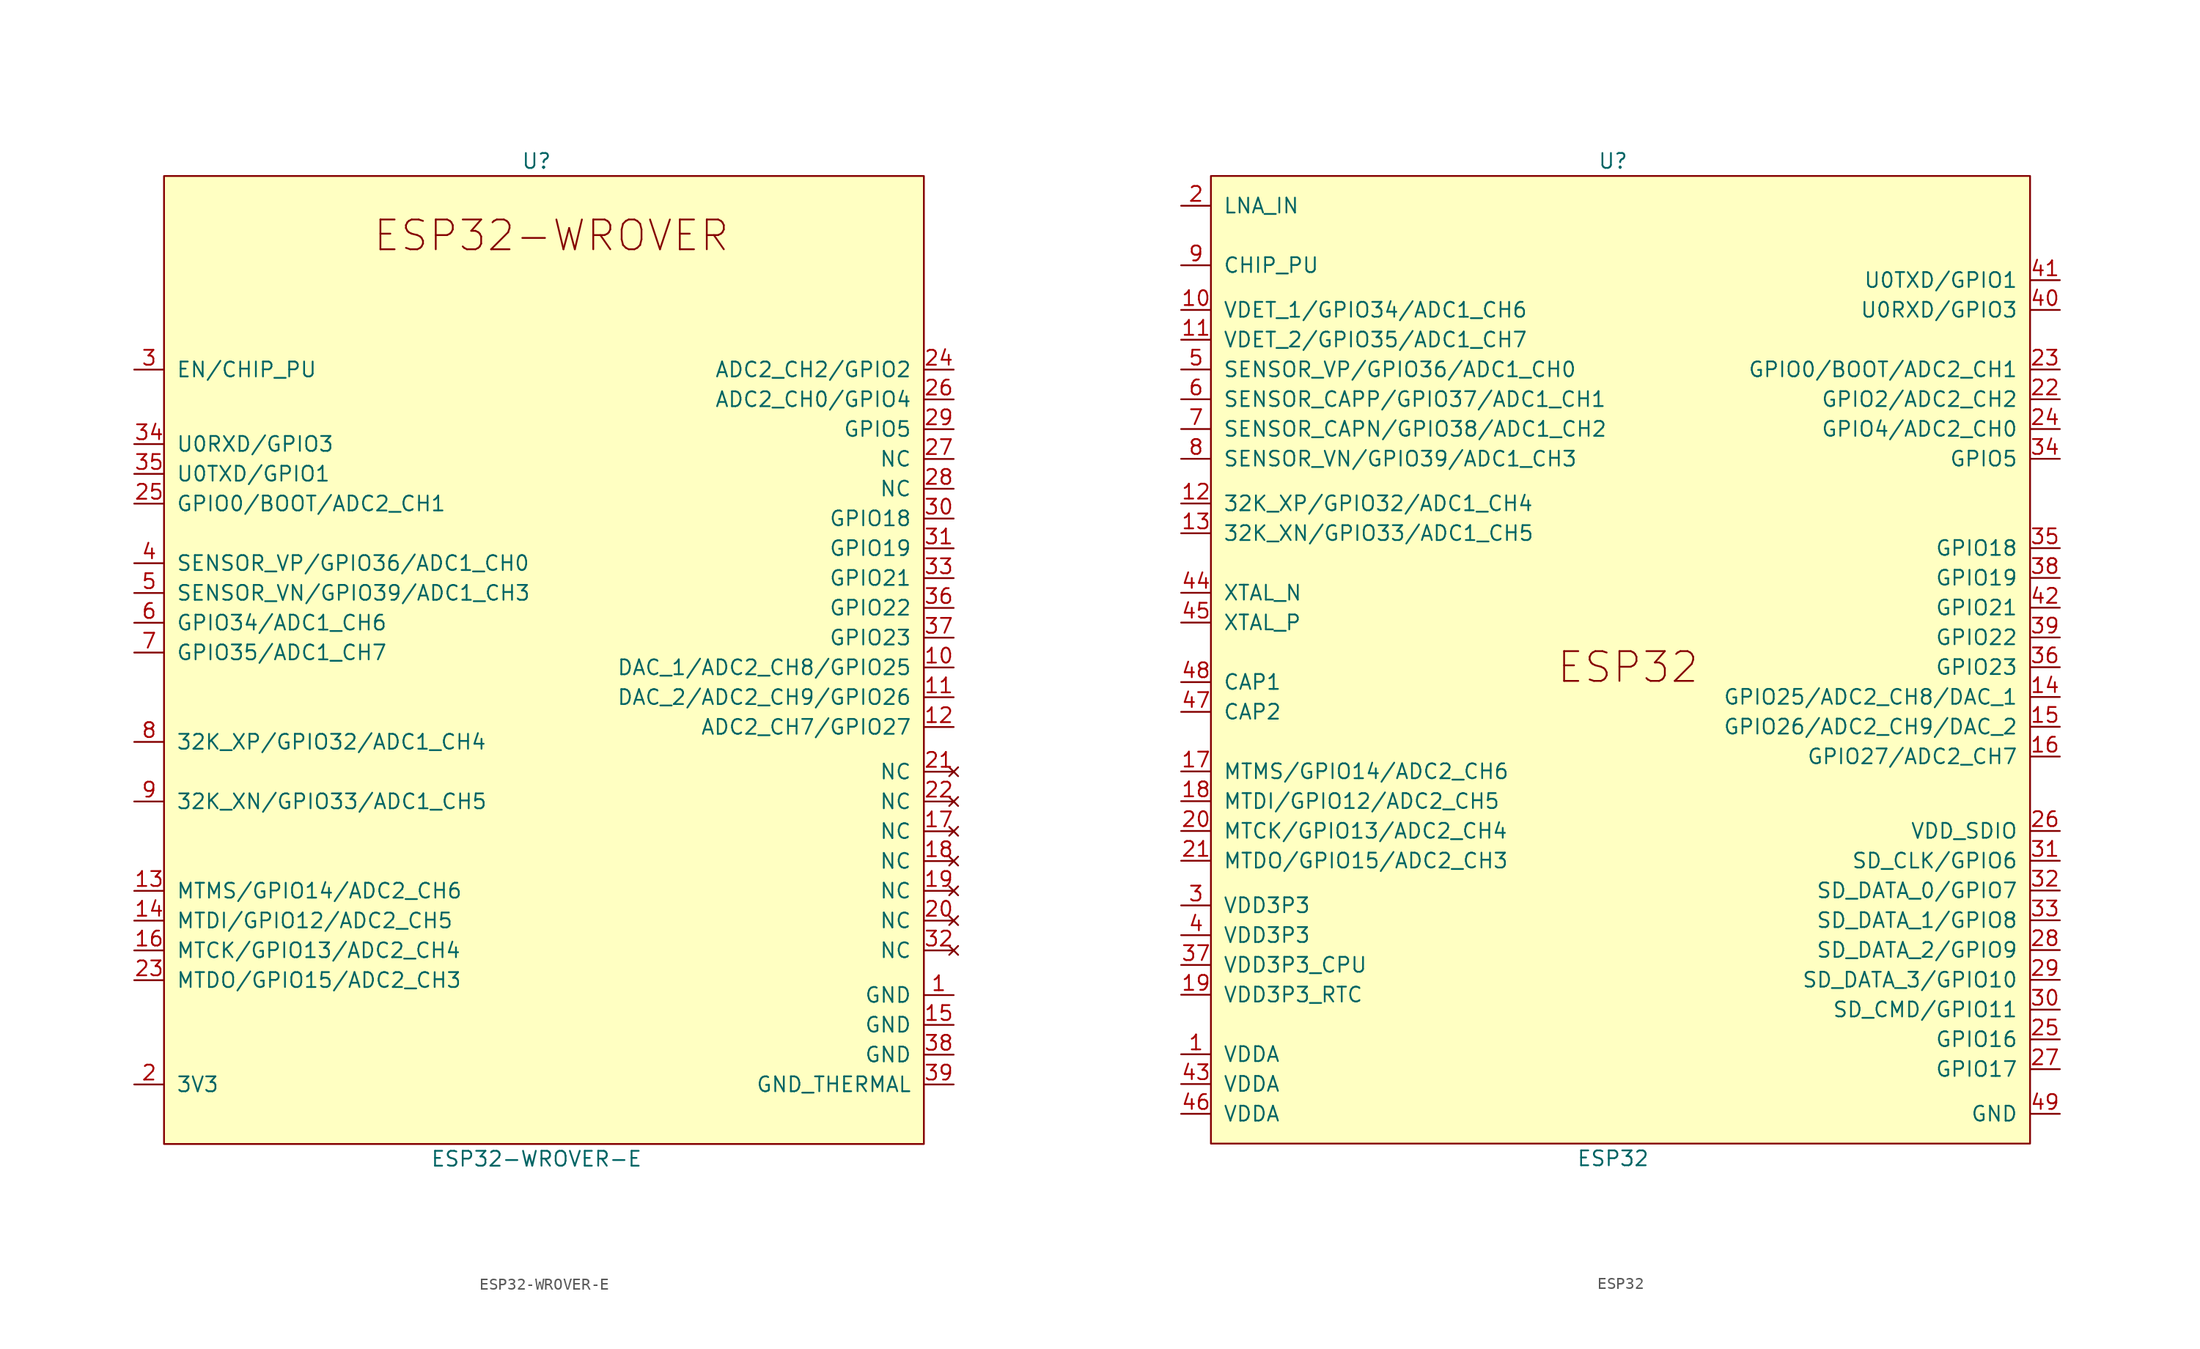
<source format=kicad_sym>
(kicad_symbol_lib
  (version 20220914)
  (generator kicad_symbol_editor)
  (symbol "ESP32-WROVER-E"
    (pin_names
      (offset 1.016))
    (property "Reference" "U"
      (at 0 43.18 0)
      (effects (font (size 1.27 1.27))))
    (property "Value" "ESP32-WROVER-E"
      (at 0 -41.91 0)
      (effects (font (size 1.27 1.27))))
    (symbol "ESP32-WROVER-E_0_1"
      (rectangle (start 33.02 41.91) (end -31.75 -40.64) (stroke (width 0) (type default)) (fill (type background))))
    (symbol "ESP32-WROVER-E_1_1"
      (text "ESP32-­WROVER" (at 1.27 36.83 0) (effects (font (size 2.54 2.54))))
      (pin power_in line (at 35.56 -27.94 180) (length 2.54) (name "GND" (effects (font (size 1.27 1.27)))) (number "1" (effects (font (size 1.27 1.27)))))
      (pin bidirectional line (at 35.56 0 180) (length 2.54) (name "DAC_1/ADC2_CH8/GPIO25" (effects (font (size 1.27 1.27)))) (number "10" (effects (font (size 1.27 1.27)))))
      (pin bidirectional line (at 35.56 -2.54 180) (length 2.54) (name "DAC_2/ADC2_CH9/GPIO26" (effects (font (size 1.27 1.27)))) (number "11" (effects (font (size 1.27 1.27)))))
      (pin bidirectional line (at 35.56 -5.08 180) (length 2.54) (name "ADC2_CH7/GPIO27" (effects (font (size 1.27 1.27)))) (number "12" (effects (font (size 1.27 1.27)))))
      (pin bidirectional line (at -34.29 -19.05 0) (length 2.54) (name "MTMS/GPIO14/ADC2_CH6" (effects (font (size 1.27 1.27)))) (number "13" (effects (font (size 1.27 1.27)))))
      (pin bidirectional line (at -34.29 -21.59 0) (length 2.54) (name "MTDI/GPIO12/ADC2_CH5" (effects (font (size 1.27 1.27)))) (number "14" (effects (font (size 1.27 1.27)))))
      (pin power_in line (at 35.56 -30.48 180) (length 2.54) (name "GND" (effects (font (size 1.27 1.27)))) (number "15" (effects (font (size 1.27 1.27)))))
      (pin bidirectional line (at -34.29 -24.13 0) (length 2.54) (name "MTCK/GPIO13/ADC2_CH4" (effects (font (size 1.27 1.27)))) (number "16" (effects (font (size 1.27 1.27)))))
      (pin no_connect line (at 35.56 -13.97 180) (length 2.54) (name "NC" (effects (font (size 1.27 1.27)))) (number "17" (effects (font (size 1.27 1.27)))))
      (pin no_connect line (at 35.56 -16.51 180) (length 2.54) (name "NC" (effects (font (size 1.27 1.27)))) (number "18" (effects (font (size 1.27 1.27)))))
      (pin no_connect line (at 35.56 -19.05 180) (length 2.54) (name "NC" (effects (font (size 1.27 1.27)))) (number "19" (effects (font (size 1.27 1.27)))))
      (pin power_in line (at -34.29 -35.56 0) (length 2.54) (name "3V3" (effects (font (size 1.27 1.27)))) (number "2" (effects (font (size 1.27 1.27)))))
      (pin no_connect line (at 35.56 -21.59 180) (length 2.54) (name "NC" (effects (font (size 1.27 1.27)))) (number "20" (effects (font (size 1.27 1.27)))))
      (pin no_connect line (at 35.56 -8.89 180) (length 2.54) (name "NC" (effects (font (size 1.27 1.27)))) (number "21" (effects (font (size 1.27 1.27)))))
      (pin no_connect line (at 35.56 -11.43 180) (length 2.54) (name "NC" (effects (font (size 1.27 1.27)))) (number "22" (effects (font (size 1.27 1.27)))))
      (pin bidirectional line (at -34.29 -26.67 0) (length 2.54) (name "MTDO/GPIO15/ADC2_CH3" (effects (font (size 1.27 1.27)))) (number "23" (effects (font (size 1.27 1.27)))))
      (pin bidirectional line (at 35.56 25.4 180) (length 2.54) (name "ADC2_CH2/GPIO2" (effects (font (size 1.27 1.27)))) (number "24" (effects (font (size 1.27 1.27)))))
      (pin bidirectional line (at -34.29 13.97 0) (length 2.54) (name "GPIO0/BOOT/ADC2_CH1" (effects (font (size 1.27 1.27)))) (number "25" (effects (font (size 1.27 1.27)))))
      (pin bidirectional line (at 35.56 22.86 180) (length 2.54) (name "ADC2_CH0/GPIO4" (effects (font (size 1.27 1.27)))) (number "26" (effects (font (size 1.27 1.27)))))
      (pin bidirectional line (at 35.56 17.78 180) (length 2.54) (name "NC" (effects (font (size 1.27 1.27)))) (number "27" (effects (font (size 1.27 1.27)))))
      (pin bidirectional line (at 35.56 15.24 180) (length 2.54) (name "NC" (effects (font (size 1.27 1.27)))) (number "28" (effects (font (size 1.27 1.27)))))
      (pin bidirectional line (at 35.56 20.32 180) (length 2.54) (name "GPIO5" (effects (font (size 1.27 1.27)))) (number "29" (effects (font (size 1.27 1.27)))))
      (pin input line (at -34.29 25.4 0) (length 2.54) (name "EN/CHIP_PU" (effects (font (size 1.27 1.27)))) (number "3" (effects (font (size 1.27 1.27)))))
      (pin bidirectional line (at 35.56 12.7 180) (length 2.54) (name "GPIO18" (effects (font (size 1.27 1.27)))) (number "30" (effects (font (size 1.27 1.27)))))
      (pin bidirectional line (at 35.56 10.16 180) (length 2.54) (name "GPIO19" (effects (font (size 1.27 1.27)))) (number "31" (effects (font (size 1.27 1.27)))))
      (pin no_connect line (at 35.56 -24.13 180) (length 2.54) (name "NC" (effects (font (size 1.27 1.27)))) (number "32" (effects (font (size 1.27 1.27)))))
      (pin bidirectional line (at 35.56 7.62 180) (length 2.54) (name "GPIO21" (effects (font (size 1.27 1.27)))) (number "33" (effects (font (size 1.27 1.27)))))
      (pin bidirectional line (at -34.29 19.05 0) (length 2.54) (name "U0RXD/GPIO3" (effects (font (size 1.27 1.27)))) (number "34" (effects (font (size 1.27 1.27)))))
      (pin bidirectional line (at -34.29 16.51 0) (length 2.54) (name "U0TXD/GPIO1" (effects (font (size 1.27 1.27)))) (number "35" (effects (font (size 1.27 1.27)))))
      (pin bidirectional line (at 35.56 5.08 180) (length 2.54) (name "GPIO22" (effects (font (size 1.27 1.27)))) (number "36" (effects (font (size 1.27 1.27)))))
      (pin bidirectional line (at 35.56 2.54 180) (length 2.54) (name "GPIO23" (effects (font (size 1.27 1.27)))) (number "37" (effects (font (size 1.27 1.27)))))
      (pin power_in line (at 35.56 -33.02 180) (length 2.54) (name "GND" (effects (font (size 1.27 1.27)))) (number "38" (effects (font (size 1.27 1.27)))))
      (pin power_in line (at 35.56 -35.56 180) (length 2.54) (name "GND_THERMAL" (effects (font (size 1.27 1.27)))) (number "39" (effects (font (size 1.27 1.27)))))
      (pin input line (at -34.29 8.89 0) (length 2.54) (name "SENSOR_VP/GPIO36/ADC1_CH0" (effects (font (size 1.27 1.27)))) (number "4" (effects (font (size 1.27 1.27)))))
      (pin input line (at -34.29 6.35 0) (length 2.54) (name "SENSOR_VN/GPIO39/ADC1_CH3" (effects (font (size 1.27 1.27)))) (number "5" (effects (font (size 1.27 1.27)))))
      (pin input line (at -34.29 3.81 0) (length 2.54) (name "GPIO34/ADC1_CH6" (effects (font (size 1.27 1.27)))) (number "6" (effects (font (size 1.27 1.27)))))
      (pin input line (at -34.29 1.27 0) (length 2.54) (name "GPIO35/ADC1_CH7" (effects (font (size 1.27 1.27)))) (number "7" (effects (font (size 1.27 1.27)))))
      (pin bidirectional line (at -34.29 -6.35 0) (length 2.54) (name "32K_XP/GPIO32/ADC1_CH4" (effects (font (size 1.27 1.27)))) (number "8" (effects (font (size 1.27 1.27)))))
      (pin bidirectional line (at -34.29 -11.43 0) (length 2.54) (name "32K_XN/GPIO33/ADC1_CH5" (effects (font (size 1.27 1.27)))) (number "9" (effects (font (size 1.27 1.27)))))))
  (symbol "ESP32"
    (pin_names
      (offset 1.016))
    (property "Reference" "U"
      (at 0 43.18 0)
      (effects (font (size 1.27 1.27))))
    (property "Value" "ESP32"
      (at 0 -41.91 0)
      (effects (font (size 1.27 1.27))))
    (symbol "ESP32_0_0"
      (text "ESP32" (at 1.27 0 0) (effects (font (size 2.54 2.54)))))
    (symbol "ESP32_0_1"
      (rectangle (start -34.29 41.91) (end 35.56 -40.64) (stroke (width 0) (type default)) (fill (type background))))
    (symbol "ESP32_1_1"
      (pin power_in line (at -36.83 -33.02 0) (length 2.54) (name "VDDA" (effects (font (size 1.27 1.27)))) (number "1" (effects (font (size 1.27 1.27)))))
      (pin input line (at -36.83 30.48 0) (length 2.54) (name "VDET_1/GPIO34/ADC1_CH6" (effects (font (size 1.27 1.27)))) (number "10" (effects (font (size 1.27 1.27)))))
      (pin input line (at -36.83 27.94 0) (length 2.54) (name "VDET_2/GPIO35/ADC1_CH7" (effects (font (size 1.27 1.27)))) (number "11" (effects (font (size 1.27 1.27)))))
      (pin bidirectional line (at -36.83 13.97 0) (length 2.54) (name "32K_XP/GPIO32/ADC1_CH4" (effects (font (size 1.27 1.27)))) (number "12" (effects (font (size 1.27 1.27)))))
      (pin bidirectional line (at -36.83 11.43 0) (length 2.54) (name "32K_XN/GPIO33/ADC1_CH5" (effects (font (size 1.27 1.27)))) (number "13" (effects (font (size 1.27 1.27)))))
      (pin bidirectional line (at 38.1 -2.54 180) (length 2.54) (name "GPIO25/ADC2_CH8/DAC_1" (effects (font (size 1.27 1.27)))) (number "14" (effects (font (size 1.27 1.27)))))
      (pin bidirectional line (at 38.1 -5.08 180) (length 2.54) (name "GPIO26/ADC2_CH9/DAC_2" (effects (font (size 1.27 1.27)))) (number "15" (effects (font (size 1.27 1.27)))))
      (pin bidirectional line (at 38.1 -7.62 180) (length 2.54) (name "GPIO27/ADC2_CH7" (effects (font (size 1.27 1.27)))) (number "16" (effects (font (size 1.27 1.27)))))
      (pin bidirectional line (at -36.83 -8.89 0) (length 2.54) (name "MTMS/GPIO14/ADC2_CH6" (effects (font (size 1.27 1.27)))) (number "17" (effects (font (size 1.27 1.27)))))
      (pin bidirectional line (at -36.83 -11.43 0) (length 2.54) (name "MTDI/GPIO12/ADC2_CH5" (effects (font (size 1.27 1.27)))) (number "18" (effects (font (size 1.27 1.27)))))
      (pin power_in line (at -36.83 -27.94 0) (length 2.54) (name "VDD3P3_RTC" (effects (font (size 1.27 1.27)))) (number "19" (effects (font (size 1.27 1.27)))))
      (pin bidirectional line (at -36.83 39.37 0) (length 2.54) (name "LNA_IN" (effects (font (size 1.27 1.27)))) (number "2" (effects (font (size 1.27 1.27)))))
      (pin bidirectional line (at -36.83 -13.97 0) (length 2.54) (name "MTCK/GPIO13/ADC2_CH4" (effects (font (size 1.27 1.27)))) (number "20" (effects (font (size 1.27 1.27)))))
      (pin bidirectional line (at -36.83 -16.51 0) (length 2.54) (name "MTDO/GPIO15/ADC2_CH3" (effects (font (size 1.27 1.27)))) (number "21" (effects (font (size 1.27 1.27)))))
      (pin bidirectional line (at 38.1 22.86 180) (length 2.54) (name "GPIO2/ADC2_CH2" (effects (font (size 1.27 1.27)))) (number "22" (effects (font (size 1.27 1.27)))))
      (pin bidirectional line (at 38.1 25.4 180) (length 2.54) (name "GPIO0/BOOT/ADC2_CH1" (effects (font (size 1.27 1.27)))) (number "23" (effects (font (size 1.27 1.27)))))
      (pin bidirectional line (at 38.1 20.32 180) (length 2.54) (name "GPIO4/ADC2_CH0" (effects (font (size 1.27 1.27)))) (number "24" (effects (font (size 1.27 1.27)))))
      (pin bidirectional line (at 38.1 -31.75 180) (length 2.54) (name "GPIO16" (effects (font (size 1.27 1.27)))) (number "25" (effects (font (size 1.27 1.27)))))
      (pin power_out line (at 38.1 -13.97 180) (length 2.54) (name "VDD_SDIO" (effects (font (size 1.27 1.27)))) (number "26" (effects (font (size 1.27 1.27)))))
      (pin bidirectional line (at 38.1 -34.29 180) (length 2.54) (name "GPIO17" (effects (font (size 1.27 1.27)))) (number "27" (effects (font (size 1.27 1.27)))))
      (pin bidirectional line (at 38.1 -24.13 180) (length 2.54) (name "SD_DATA_2/GPIO9" (effects (font (size 1.27 1.27)))) (number "28" (effects (font (size 1.27 1.27)))))
      (pin bidirectional line (at 38.1 -26.67 180) (length 2.54) (name "SD_DATA_3/GPIO10" (effects (font (size 1.27 1.27)))) (number "29" (effects (font (size 1.27 1.27)))))
      (pin power_in line (at -36.83 -20.32 0) (length 2.54) (name "VDD3P3" (effects (font (size 1.27 1.27)))) (number "3" (effects (font (size 1.27 1.27)))))
      (pin bidirectional line (at 38.1 -29.21 180) (length 2.54) (name "SD_CMD/GPIO11" (effects (font (size 1.27 1.27)))) (number "30" (effects (font (size 1.27 1.27)))))
      (pin bidirectional line (at 38.1 -16.51 180) (length 2.54) (name "SD_CLK/GPIO6" (effects (font (size 1.27 1.27)))) (number "31" (effects (font (size 1.27 1.27)))))
      (pin bidirectional line (at 38.1 -19.05 180) (length 2.54) (name "SD_DATA_0/GPIO7" (effects (font (size 1.27 1.27)))) (number "32" (effects (font (size 1.27 1.27)))))
      (pin bidirectional line (at 38.1 -21.59 180) (length 2.54) (name "SD_DATA_1/GPIO8" (effects (font (size 1.27 1.27)))) (number "33" (effects (font (size 1.27 1.27)))))
      (pin bidirectional line (at 38.1 17.78 180) (length 2.54) (name "GPIO5" (effects (font (size 1.27 1.27)))) (number "34" (effects (font (size 1.27 1.27)))))
      (pin bidirectional line (at 38.1 10.16 180) (length 2.54) (name "GPIO18" (effects (font (size 1.27 1.27)))) (number "35" (effects (font (size 1.27 1.27)))))
      (pin bidirectional line (at 38.1 0 180) (length 2.54) (name "GPIO23" (effects (font (size 1.27 1.27)))) (number "36" (effects (font (size 1.27 1.27)))))
      (pin power_in line (at -36.83 -25.4 0) (length 2.54) (name "VDD3P3_CPU" (effects (font (size 1.27 1.27)))) (number "37" (effects (font (size 1.27 1.27)))))
      (pin bidirectional line (at 38.1 7.62 180) (length 2.54) (name "GPIO19" (effects (font (size 1.27 1.27)))) (number "38" (effects (font (size 1.27 1.27)))))
      (pin bidirectional line (at 38.1 2.54 180) (length 2.54) (name "GPIO22" (effects (font (size 1.27 1.27)))) (number "39" (effects (font (size 1.27 1.27)))))
      (pin power_in line (at -36.83 -22.86 0) (length 2.54) (name "VDD3P3" (effects (font (size 1.27 1.27)))) (number "4" (effects (font (size 1.27 1.27)))))
      (pin bidirectional line (at 38.1 30.48 180) (length 2.54) (name "U0RXD/GPIO3" (effects (font (size 1.27 1.27)))) (number "40" (effects (font (size 1.27 1.27)))))
      (pin bidirectional line (at 38.1 33.02 180) (length 2.54) (name "U0TXD/GPIO1" (effects (font (size 1.27 1.27)))) (number "41" (effects (font (size 1.27 1.27)))))
      (pin bidirectional line (at 38.1 5.08 180) (length 2.54) (name "GPIO21" (effects (font (size 1.27 1.27)))) (number "42" (effects (font (size 1.27 1.27)))))
      (pin power_in line (at -36.83 -35.56 0) (length 2.54) (name "VDDA" (effects (font (size 1.27 1.27)))) (number "43" (effects (font (size 1.27 1.27)))))
      (pin output line (at -36.83 6.35 0) (length 2.54) (name "XTAL_N" (effects (font (size 1.27 1.27)))) (number "44" (effects (font (size 1.27 1.27)))))
      (pin input line (at -36.83 3.81 0) (length 2.54) (name "XTAL_P" (effects (font (size 1.27 1.27)))) (number "45" (effects (font (size 1.27 1.27)))))
      (pin power_in line (at -36.83 -38.1 0) (length 2.54) (name "VDDA" (effects (font (size 1.27 1.27)))) (number "46" (effects (font (size 1.27 1.27)))))
      (pin input line (at -36.83 -3.81 0) (length 2.54) (name "CAP2" (effects (font (size 1.27 1.27)))) (number "47" (effects (font (size 1.27 1.27)))))
      (pin input line (at -36.83 -1.27 0) (length 2.54) (name "CAP1" (effects (font (size 1.27 1.27)))) (number "48" (effects (font (size 1.27 1.27)))))
      (pin power_in line (at 38.1 -38.1 180) (length 2.54) (name "GND" (effects (font (size 1.27 1.27)))) (number "49" (effects (font (size 1.27 1.27)))))
      (pin input line (at -36.83 25.4 0) (length 2.54) (name "SENSOR_VP/GPIO36/ADC1_CH0" (effects (font (size 1.27 1.27)))) (number "5" (effects (font (size 1.27 1.27)))))
      (pin input line (at -36.83 22.86 0) (length 2.54) (name "SENSOR_CAPP/GPIO37/ADC1_CH1" (effects (font (size 1.27 1.27)))) (number "6" (effects (font (size 1.27 1.27)))))
      (pin input line (at -36.83 20.32 0) (length 2.54) (name "SENSOR_CAPN/GPIO38/ADC1_CH2" (effects (font (size 1.27 1.27)))) (number "7" (effects (font (size 1.27 1.27)))))
      (pin input line (at -36.83 17.78 0) (length 2.54) (name "SENSOR_VN/GPIO39/ADC1_CH3" (effects (font (size 1.27 1.27)))) (number "8" (effects (font (size 1.27 1.27)))))
      (pin input line (at -36.83 34.29 0) (length 2.54) (name "CHIP_PU" (effects (font (size 1.27 1.27)))) (number "9" (effects (font (size 1.27 1.27))))))))
</source>
